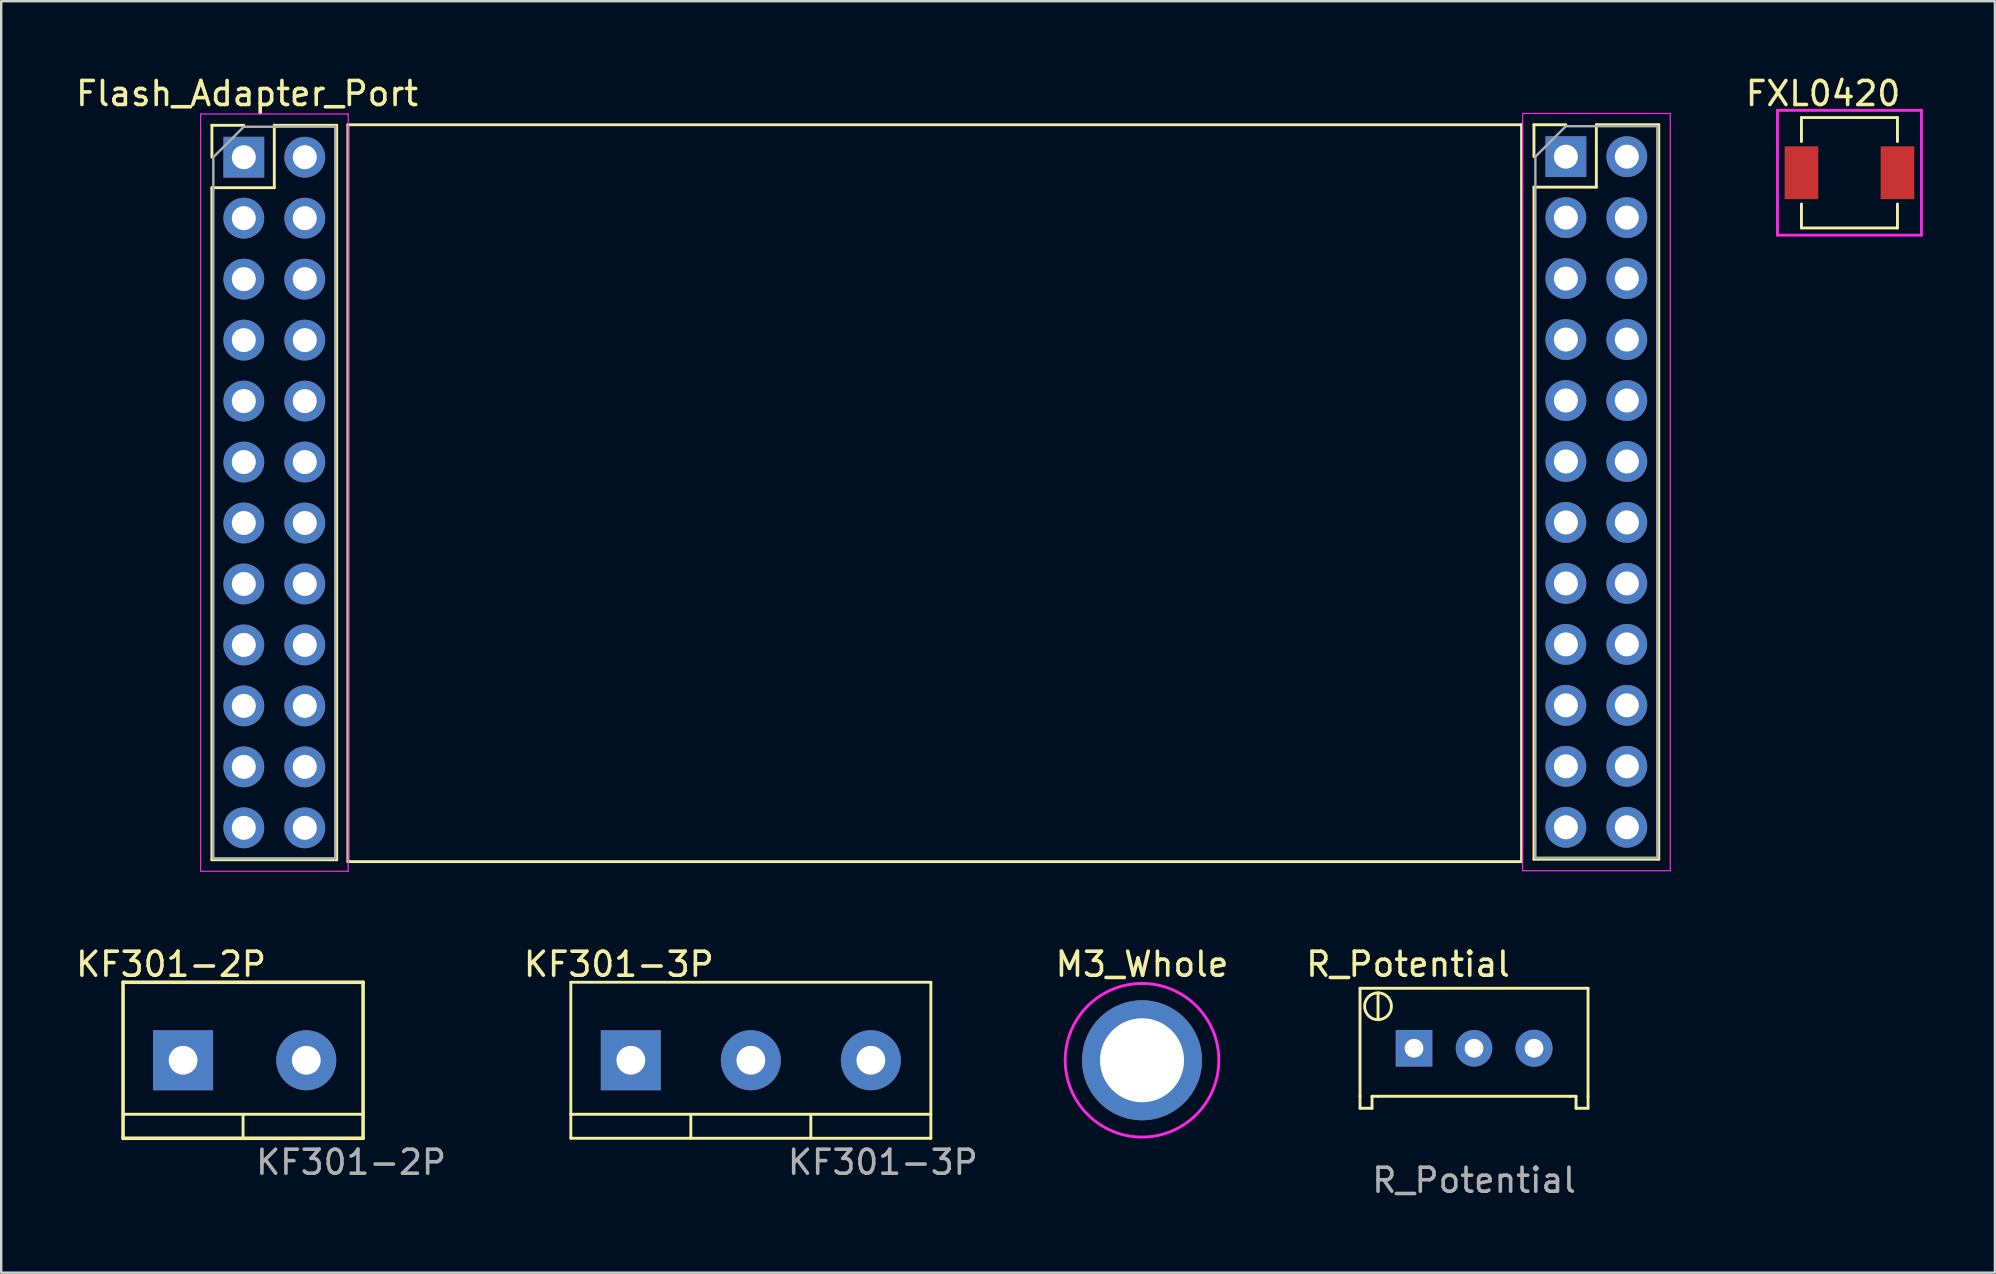
<source format=kicad_pcb>
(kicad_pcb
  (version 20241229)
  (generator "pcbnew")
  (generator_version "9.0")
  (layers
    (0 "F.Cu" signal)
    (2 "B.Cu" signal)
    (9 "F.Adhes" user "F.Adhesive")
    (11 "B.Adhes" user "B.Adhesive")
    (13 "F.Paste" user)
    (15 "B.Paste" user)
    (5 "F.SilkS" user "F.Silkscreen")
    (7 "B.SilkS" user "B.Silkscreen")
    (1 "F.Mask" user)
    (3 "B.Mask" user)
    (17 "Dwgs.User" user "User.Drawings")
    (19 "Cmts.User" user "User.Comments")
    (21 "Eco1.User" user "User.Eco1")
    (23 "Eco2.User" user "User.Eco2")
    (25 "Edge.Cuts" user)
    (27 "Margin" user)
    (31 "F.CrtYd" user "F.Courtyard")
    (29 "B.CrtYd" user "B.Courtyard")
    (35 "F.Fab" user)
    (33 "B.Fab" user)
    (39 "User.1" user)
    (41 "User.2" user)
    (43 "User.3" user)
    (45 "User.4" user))
  (footprint "FXL0420"
    (layer "F.Cu")
    (at 74.004 4.148)
    (property "Reference" "FXL0420" (at -1.1 -3.3 0) (layer "F.SilkS") (effects (font (size 1 1) (thickness 0.15))))
    (attr through_hole)
    (fp_line (start -2 -2.3) (end -2 -1.3) (stroke (width 0.12) (type solid)) (layer "F.SilkS"))
    (fp_line (start -2 -2.3) (end 2 -2.3) (stroke (width 0.12) (type solid)) (layer "F.SilkS"))
    (fp_line (start -2 1.3) (end -2 2.3) (stroke (width 0.12) (type solid)) (layer "F.SilkS"))
    (fp_line (start -2 2.3) (end 2 2.3) (stroke (width 0.12) (type solid)) (layer "F.SilkS"))
    (fp_line (start 2 -2.3) (end 2 -1.3) (stroke (width 0.12) (type solid)) (layer "F.SilkS"))
    (fp_line (start 2 2.3) (end 2 1.3) (stroke (width 0.12) (type solid)) (layer "F.SilkS"))
    (fp_line (start -3 -2.6) (end 3 -2.6) (stroke (width 0.12) (type solid)) (layer "F.CrtYd"))
    (fp_line (start -3 2.6) (end -3 -2.6) (stroke (width 0.12) (type solid)) (layer "F.CrtYd"))
    (fp_line (start 3 -2.6) (end 3 2.6) (stroke (width 0.12) (type solid)) (layer "F.CrtYd"))
    (fp_line (start 3 2.6) (end -3 2.6) (stroke (width 0.12) (type solid)) (layer "F.CrtYd"))
    (pad "1" smd rect (at 2 0) (size 1.4 2.2) (layers "F.Cu" "F.Mask" "F.Paste"))
    (pad "2" smd rect (at -2 0) (size 1.4 2.2) (layers "F.Cu" "F.Mask" "F.Paste")))
  (footprint "R_Potential"
    (layer "F.Cu")
    (at 58.363 40.624)
    (property "Reference" "R_Potential" (at -2.75 -3.5 0) (unlocked yes) (layer "F.SilkS") (effects (font (size 1 1) (thickness 0.15))))
    (attr smd)
    (fp_line (start -4.75 -2.5) (end -4.75 2) (stroke (width 0.12) (type solid)) (layer "F.SilkS"))
    (fp_line (start -4.75 -2.5) (end 4.75 -2.5) (stroke (width 0.12) (type solid)) (layer "F.SilkS"))
    (fp_line (start -4.75 2) (end -4.75 2.5) (stroke (width 0.12) (type solid)) (layer "F.SilkS"))
    (fp_line (start -4.75 2.5) (end -4.25 2.5) (stroke (width 0.12) (type solid)) (layer "F.SilkS"))
    (fp_line (start -4.25 2) (end -4 2) (stroke (width 0.12) (type solid)) (layer "F.SilkS"))
    (fp_line (start -4.25 2.5) (end -4.25 2) (stroke (width 0.12) (type solid)) (layer "F.SilkS"))
    (fp_line (start -4 -2.309) (end -4 -1.191) (stroke (width 0.12) (type solid)) (layer "F.SilkS"))
    (fp_line (start -4 2) (end 4 2) (stroke (width 0.12) (type solid)) (layer "F.SilkS"))
    (fp_line (start 4 2) (end 4.25 2) (stroke (width 0.12) (type solid)) (layer "F.SilkS"))
    (fp_line (start 4.25 2) (end 4.25 2.5) (stroke (width 0.12) (type solid)) (layer "F.SilkS"))
    (fp_line (start 4.25 2.5) (end 4.75 2.5) (stroke (width 0.12) (type solid)) (layer "F.SilkS"))
    (fp_line (start 4.75 -2.5) (end 4.75 2) (stroke (width 0.12) (type solid)) (layer "F.SilkS"))
    (fp_line (start 4.75 2.5) (end 4.75 2) (stroke (width 0.12) (type solid)) (layer "F.SilkS"))
    (fp_circle (center -4 -1.75) (end -3.75 -1.25) (stroke (width 0.12) (type solid)) (fill no) (layer "F.SilkS"))
    (fp_text user "${REFERENCE}" (at 0 5.5 0) (unlocked yes) (layer "F.Fab") (effects (font (size 1 1) (thickness 0.15))))
    (pad "1" thru_hole rect (at -2.5 0) (size 1.524 1.524) (drill 0.78) (layers "*.Cu" "*.Mask"))
    (pad "2" thru_hole circle (at 0 0) (size 1.524 1.524) (drill 0.78) (layers "*.Cu" "*.Mask"))
    (pad "3" thru_hole circle (at 2.5 0) (size 1.54 1.54) (drill 0.78) (layers "*.Cu" "*.Mask")))
  (footprint "KF301-2P"
    (layer "F.Cu")
    (at 7.077 41.124)
    (property "Reference" "KF301-2P" (at -3 -4 0) (unlocked yes) (layer "F.SilkS") (effects (font (size 1 1) (thickness 0.15))))
    (attr smd)
    (fp_line (start -5 -3.25) (end 5 -3.25) (stroke (width 0.15) (type solid)) (layer "F.SilkS"))
    (fp_line (start -5 2.25) (end 5 2.25) (stroke (width 0.12) (type solid)) (layer "F.SilkS"))
    (fp_line (start -5 3.25) (end -5 -3.25) (stroke (width 0.15) (type solid)) (layer "F.SilkS"))
    (fp_line (start 0 2.25) (end 0 3.25) (stroke (width 0.12) (type solid)) (layer "F.SilkS"))
    (fp_line (start 5 -3.25) (end 5 3.25) (stroke (width 0.15) (type solid)) (layer "F.SilkS"))
    (fp_line (start 5 3.25) (end -5 3.25) (stroke (width 0.15) (type solid)) (layer "F.SilkS"))
    (fp_text user "${REFERENCE}" (at 4.5 4.25 0) (unlocked yes) (layer "F.Fab") (effects (font (size 1 1) (thickness 0.15))))
    (pad "1" thru_hole rect (at -2.5 0) (size 2.5 2.5) (drill 1.2) (layers "*.Cu" "*.Mask"))
    (pad "2" thru_hole circle (at 2.634 0) (size 2.5 2.5) (drill 1.2) (layers "*.Cu" "*.Mask")))
  (footprint "M3_Whole"
    (layer "F.Cu")
    (at 44.53 41.124)
    (property "Reference" "M3_Whole" (at 0 -4 0) (layer "F.SilkS") (effects (font (size 1 1) (thickness 0.15))))
    (attr through_hole)
    (fp_circle (center 0 0) (end 3.2 0) (stroke (width 0.12) (type solid)) (fill no) (layer "F.CrtYd"))
    (pad "1" thru_hole circle (at 0 0) (size 5 5) (drill 3.5) (layers "*.Cu" "*.Mask")))
  (footprint "Flash_Adapter_Port"
    (layer "F.Cu")
    (at 35.844 17.448)
    (property "Reference" "Flash_Adapter_Port" (at -28.6 -16.6 0) (layer "F.SilkS") (effects (font (size 1 1) (thickness 0.15))))
    (attr through_hole)
    (fp_line (start -30.066 -15.278) (end -28.736 -15.278) (stroke (width 0.12) (type solid)) (layer "F.SilkS"))
    (fp_line (start -30.066 -13.948) (end -30.066 -15.278) (stroke (width 0.12) (type solid)) (layer "F.SilkS"))
    (fp_line (start -30.066 -12.678) (end -30.066 15.322) (stroke (width 0.12) (type solid)) (layer "F.SilkS"))
    (fp_line (start -30.066 -12.678) (end -27.466 -12.678) (stroke (width 0.12) (type solid)) (layer "F.SilkS"))
    (fp_line (start -30.066 15.322) (end -24.866 15.322) (stroke (width 0.12) (type solid)) (layer "F.SilkS"))
    (fp_line (start -27.466 -15.278) (end -24.866 -15.278) (stroke (width 0.12) (type solid)) (layer "F.SilkS"))
    (fp_line (start -27.466 -12.678) (end -27.466 -15.278) (stroke (width 0.12) (type solid)) (layer "F.SilkS"))
    (fp_line (start -24.866 -15.278) (end -24.866 15.322) (stroke (width 0.12) (type solid)) (layer "F.SilkS"))
    (fp_line (start -24.4 -15.3) (end -24.4 15.4) (stroke (width 0.12) (type solid)) (layer "F.SilkS"))
    (fp_line (start -24.4 -15.3) (end 24.5 -15.3) (stroke (width 0.12) (type solid)) (layer "F.SilkS"))
    (fp_line (start -24.4 15.4) (end 24.5 15.4) (stroke (width 0.12) (type solid)) (layer "F.SilkS"))
    (fp_line (start 24.5 -15.3) (end 24.5 15.4) (stroke (width 0.12) (type solid)) (layer "F.SilkS"))
    (fp_line (start 25.015 -15.301) (end 26.345 -15.301) (stroke (width 0.12) (type solid)) (layer "F.SilkS"))
    (fp_line (start 25.015 -13.971) (end 25.015 -15.301) (stroke (width 0.12) (type solid)) (layer "F.SilkS"))
    (fp_line (start 25.015 -12.701) (end 25.015 15.299) (stroke (width 0.12) (type solid)) (layer "F.SilkS"))
    (fp_line (start 25.015 -12.701) (end 27.615 -12.701) (stroke (width 0.12) (type solid)) (layer "F.SilkS"))
    (fp_line (start 25.015 15.299) (end 30.215 15.299) (stroke (width 0.12) (type solid)) (layer "F.SilkS"))
    (fp_line (start 27.615 -15.301) (end 30.215 -15.301) (stroke (width 0.12) (type solid)) (layer "F.SilkS"))
    (fp_line (start 27.615 -12.701) (end 27.615 -15.301) (stroke (width 0.12) (type solid)) (layer "F.SilkS"))
    (fp_line (start 30.215 -15.301) (end 30.215 15.299) (stroke (width 0.12) (type solid)) (layer "F.SilkS"))
    (fp_line (start -30.536 -15.748) (end -30.536 15.802) (stroke (width 0.05) (type solid)) (layer "F.CrtYd"))
    (fp_line (start -30.536 15.802) (end -24.386 15.802) (stroke (width 0.05) (type solid)) (layer "F.CrtYd"))
    (fp_line (start -24.386 -15.748) (end -30.536 -15.748) (stroke (width 0.05) (type solid)) (layer "F.CrtYd"))
    (fp_line (start -24.386 15.802) (end -24.386 -15.748) (stroke (width 0.05) (type solid)) (layer "F.CrtYd"))
    (fp_line (start 24.545 -15.771) (end 24.545 15.779) (stroke (width 0.05) (type solid)) (layer "F.CrtYd"))
    (fp_line (start 24.545 15.779) (end 30.695 15.779) (stroke (width 0.05) (type solid)) (layer "F.CrtYd"))
    (fp_line (start 30.695 -15.771) (end 24.545 -15.771) (stroke (width 0.05) (type solid)) (layer "F.CrtYd"))
    (fp_line (start 30.695 15.779) (end 30.695 -15.771) (stroke (width 0.05) (type solid)) (layer "F.CrtYd"))
    (fp_line (start -30.006 -13.948) (end -28.736 -15.218) (stroke (width 0.1) (type solid)) (layer "F.Fab"))
    (fp_line (start -30.006 15.262) (end -30.006 -13.948) (stroke (width 0.1) (type solid)) (layer "F.Fab"))
    (fp_line (start -28.736 -15.218) (end -24.926 -15.218) (stroke (width 0.1) (type solid)) (layer "F.Fab"))
    (fp_line (start -24.926 -15.218) (end -24.926 15.262) (stroke (width 0.1) (type solid)) (layer "F.Fab"))
    (fp_line (start -24.926 15.262) (end -30.006 15.262) (stroke (width 0.1) (type solid)) (layer "F.Fab"))
    (fp_line (start 25.075 -13.971) (end 26.345 -15.241) (stroke (width 0.1) (type solid)) (layer "F.Fab"))
    (fp_line (start 25.075 15.239) (end 25.075 -13.971) (stroke (width 0.1) (type solid)) (layer "F.Fab"))
    (fp_line (start 26.345 -15.241) (end 30.155 -15.241) (stroke (width 0.1) (type solid)) (layer "F.Fab"))
    (fp_line (start 30.155 -15.241) (end 30.155 15.239) (stroke (width 0.1) (type solid)) (layer "F.Fab"))
    (fp_line (start 30.155 15.239) (end 25.075 15.239) (stroke (width 0.1) (type solid)) (layer "F.Fab"))
    (pad "1" thru_hole rect (at -28.736 -13.948) (size 1.7 1.7) (drill 1) (layers "*.Cu" "*.Mask"))
    (pad "2" thru_hole oval (at -26.196 -13.948) (size 1.7 1.7) (drill 1) (layers "*.Cu" "*.Mask"))
    (pad "3" thru_hole oval (at -28.736 -11.408) (size 1.7 1.7) (drill 1) (layers "*.Cu" "*.Mask"))
    (pad "4" thru_hole oval (at -26.196 -11.408) (size 1.7 1.7) (drill 1) (layers "*.Cu" "*.Mask"))
    (pad "5" thru_hole oval (at -28.736 -8.868) (size 1.7 1.7) (drill 1) (layers "*.Cu" "*.Mask"))
    (pad "6" thru_hole oval (at -26.196 -8.868) (size 1.7 1.7) (drill 1) (layers "*.Cu" "*.Mask"))
    (pad "7" thru_hole oval (at -28.736 -6.328) (size 1.7 1.7) (drill 1) (layers "*.Cu" "*.Mask"))
    (pad "8" thru_hole oval (at -26.196 -6.328) (size 1.7 1.7) (drill 1) (layers "*.Cu" "*.Mask"))
    (pad "9" thru_hole oval (at -28.736 -3.788) (size 1.7 1.7) (drill 1) (layers "*.Cu" "*.Mask"))
    (pad "10" thru_hole oval (at -26.196 -3.788) (size 1.7 1.7) (drill 1) (layers "*.Cu" "*.Mask"))
    (pad "11" thru_hole oval (at -28.736 -1.248) (size 1.7 1.7) (drill 1) (layers "*.Cu" "*.Mask"))
    (pad "12" thru_hole oval (at -26.196 -1.248) (size 1.7 1.7) (drill 1) (layers "*.Cu" "*.Mask"))
    (pad "13" thru_hole oval (at -28.736 1.292) (size 1.7 1.7) (drill 1) (layers "*.Cu" "*.Mask"))
    (pad "14" thru_hole oval (at -26.196 1.292) (size 1.7 1.7) (drill 1) (layers "*.Cu" "*.Mask"))
    (pad "15" thru_hole oval (at -28.736 3.832) (size 1.7 1.7) (drill 1) (layers "*.Cu" "*.Mask"))
    (pad "16" thru_hole oval (at -26.196 3.832) (size 1.7 1.7) (drill 1) (layers "*.Cu" "*.Mask"))
    (pad "17" thru_hole oval (at -28.736 6.372) (size 1.7 1.7) (drill 1) (layers "*.Cu" "*.Mask"))
    (pad "18" thru_hole oval (at -26.196 6.372) (size 1.7 1.7) (drill 1) (layers "*.Cu" "*.Mask"))
    (pad "19" thru_hole oval (at -28.736 8.912) (size 1.7 1.7) (drill 1) (layers "*.Cu" "*.Mask"))
    (pad "20" thru_hole oval (at -26.196 8.912) (size 1.7 1.7) (drill 1) (layers "*.Cu" "*.Mask"))
    (pad "21" thru_hole oval (at -28.736 11.452) (size 1.7 1.7) (drill 1) (layers "*.Cu" "*.Mask"))
    (pad "22" thru_hole oval (at -26.196 11.452) (size 1.7 1.7) (drill 1) (layers "*.Cu" "*.Mask"))
    (pad "23" thru_hole oval (at -28.736 13.992) (size 1.7 1.7) (drill 1) (layers "*.Cu" "*.Mask"))
    (pad "24" thru_hole oval (at -26.196 13.992) (size 1.7 1.7) (drill 1) (layers "*.Cu" "*.Mask"))
    (pad "25" thru_hole rect (at 26.345 -13.971) (size 1.7 1.7) (drill 1) (layers "*.Cu" "*.Mask"))
    (pad "26" thru_hole oval (at 28.885 -13.971) (size 1.7 1.7) (drill 1) (layers "*.Cu" "*.Mask"))
    (pad "27" thru_hole oval (at 26.345 -11.431) (size 1.7 1.7) (drill 1) (layers "*.Cu" "*.Mask"))
    (pad "28" thru_hole oval (at 28.885 -11.431) (size 1.7 1.7) (drill 1) (layers "*.Cu" "*.Mask"))
    (pad "29" thru_hole oval (at 26.345 -8.891) (size 1.7 1.7) (drill 1) (layers "*.Cu" "*.Mask"))
    (pad "30" thru_hole oval (at 28.885 -8.891) (size 1.7 1.7) (drill 1) (layers "*.Cu" "*.Mask"))
    (pad "31" thru_hole oval (at 26.345 -6.351) (size 1.7 1.7) (drill 1) (layers "*.Cu" "*.Mask"))
    (pad "32" thru_hole oval (at 28.885 -6.351) (size 1.7 1.7) (drill 1) (layers "*.Cu" "*.Mask"))
    (pad "33" thru_hole oval (at 26.345 -3.811) (size 1.7 1.7) (drill 1) (layers "*.Cu" "*.Mask"))
    (pad "34" thru_hole oval (at 28.885 -3.811) (size 1.7 1.7) (drill 1) (layers "*.Cu" "*.Mask"))
    (pad "35" thru_hole oval (at 26.345 -1.271) (size 1.7 1.7) (drill 1) (layers "*.Cu" "*.Mask"))
    (pad "36" thru_hole oval (at 28.885 -1.271) (size 1.7 1.7) (drill 1) (layers "*.Cu" "*.Mask"))
    (pad "37" thru_hole oval (at 26.345 1.269) (size 1.7 1.7) (drill 1) (layers "*.Cu" "*.Mask"))
    (pad "38" thru_hole oval (at 28.885 1.269) (size 1.7 1.7) (drill 1) (layers "*.Cu" "*.Mask"))
    (pad "39" thru_hole oval (at 26.345 3.809) (size 1.7 1.7) (drill 1) (layers "*.Cu" "*.Mask"))
    (pad "40" thru_hole oval (at 28.885 3.809) (size 1.7 1.7) (drill 1) (layers "*.Cu" "*.Mask"))
    (pad "41" thru_hole oval (at 26.345 6.349) (size 1.7 1.7) (drill 1) (layers "*.Cu" "*.Mask"))
    (pad "42" thru_hole oval (at 28.885 6.349) (size 1.7 1.7) (drill 1) (layers "*.Cu" "*.Mask"))
    (pad "43" thru_hole oval (at 26.345 8.889) (size 1.7 1.7) (drill 1) (layers "*.Cu" "*.Mask"))
    (pad "44" thru_hole oval (at 28.885 8.889) (size 1.7 1.7) (drill 1) (layers "*.Cu" "*.Mask"))
    (pad "45" thru_hole oval (at 26.345 11.429) (size 1.7 1.7) (drill 1) (layers "*.Cu" "*.Mask"))
    (pad "46" thru_hole oval (at 28.885 11.429) (size 1.7 1.7) (drill 1) (layers "*.Cu" "*.Mask"))
    (pad "47" thru_hole oval (at 26.345 13.969) (size 1.7 1.7) (drill 1) (layers "*.Cu" "*.Mask"))
    (pad "48" thru_hole oval (at 28.885 13.969) (size 1.7 1.7) (drill 1) (layers "*.Cu" "*.Mask")))
  (footprint "KF301-3P"
    (layer "F.Cu")
    (at 28.232 41.124)
    (property "Reference" "KF301-3P" (at -5.5 -4 0) (unlocked yes) (layer "F.SilkS") (effects (font (size 1 1) (thickness 0.15))))
    (attr smd)
    (fp_line (start -7.5 -3.25) (end 7.5 -3.25) (stroke (width 0.12) (type solid)) (layer "F.SilkS"))
    (fp_line (start -7.5 2.25) (end 7.5 2.25) (stroke (width 0.12) (type solid)) (layer "F.SilkS"))
    (fp_line (start -7.5 3.25) (end -7.5 -3.25) (stroke (width 0.12) (type solid)) (layer "F.SilkS"))
    (fp_line (start -2.5 2.25) (end -2.5 3.25) (stroke (width 0.12) (type solid)) (layer "F.SilkS"))
    (fp_line (start 2.5 2.25) (end 2.5 3.25) (stroke (width 0.12) (type solid)) (layer "F.SilkS"))
    (fp_line (start 7.5 -3.25) (end 7.5 3.25) (stroke (width 0.12) (type solid)) (layer "F.SilkS"))
    (fp_line (start 7.5 3.25) (end -7.5 3.25) (stroke (width 0.12) (type solid)) (layer "F.SilkS"))
    (fp_text user "${REFERENCE}" (at 5.5 4.25 0) (unlocked yes) (layer "F.Fab") (effects (font (size 1 1) (thickness 0.15))))
    (pad "1" thru_hole rect (at -5 0) (size 2.5 2.5) (drill 1.2) (layers "*.Cu" "*.Mask"))
    (pad "2" thru_hole circle (at 0 0) (size 2.5 2.5) (drill 1.2) (layers "*.Cu" "*.Mask"))
    (pad "3" thru_hole circle (at 5 0) (size 2.5 2.5) (drill 1.2) (layers "*.Cu" "*.Mask")))
  (gr_rect
    (start -3 -3)
    (end 80.064 49.972)
    (stroke (width 0.1) (type default))
    (fill no)
    (layer "Edge.Cuts")))
</source>
